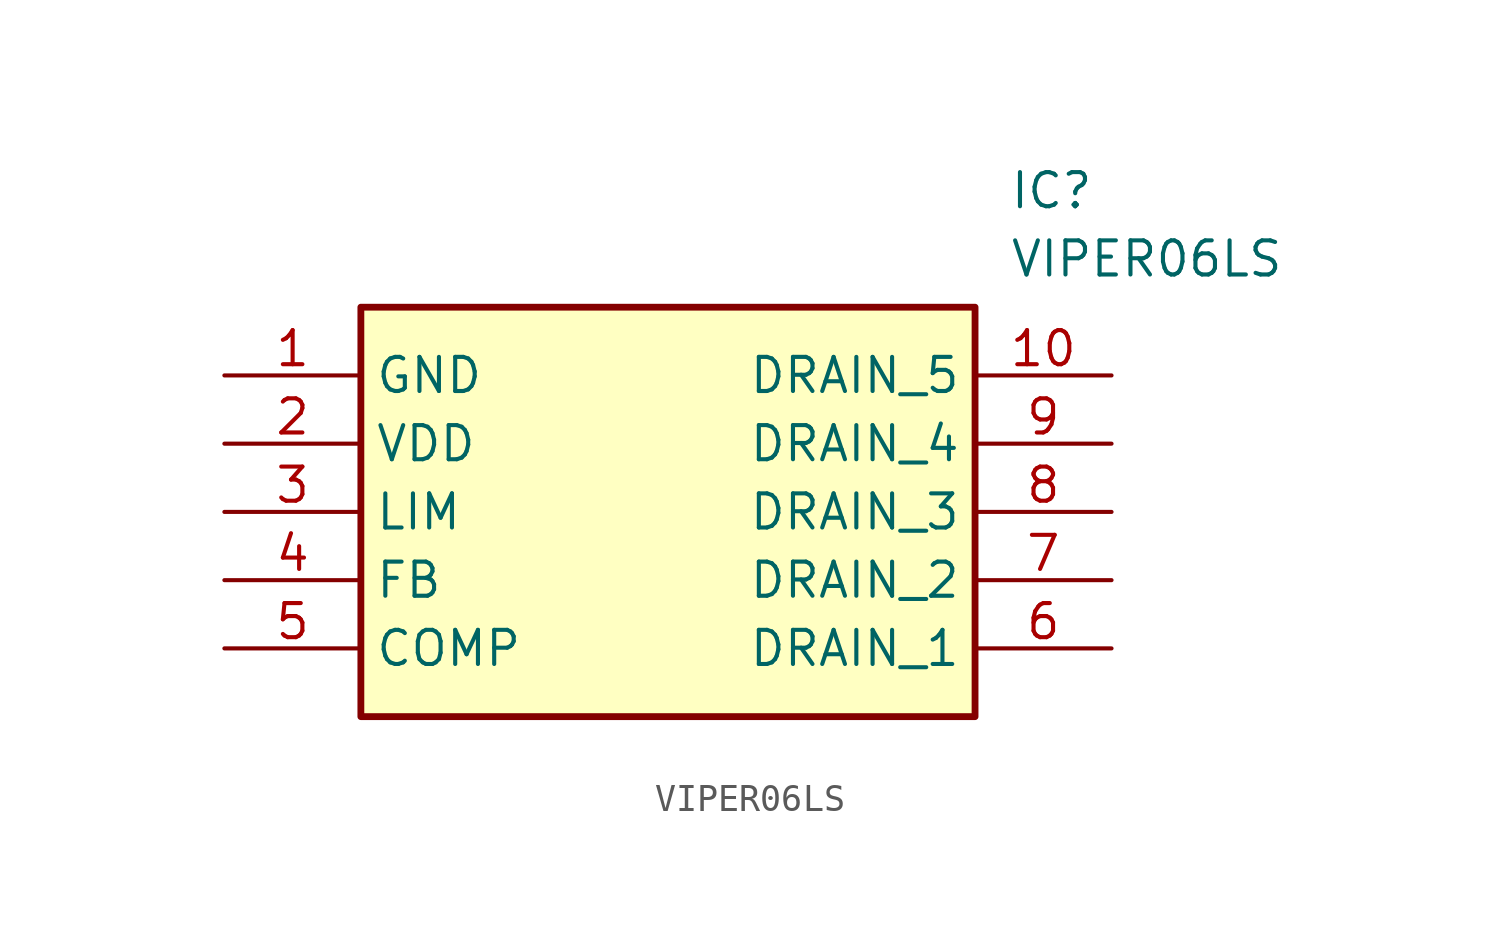
<source format=kicad_sym>
(kicad_symbol_lib
  (version 20211014)
  (generator SamacSys_ECAD_Model)
  (symbol "VIPER06LS"
    (property "Reference" "IC"
      (at 29.21 7.62 0)
      (effects (font (size 1.27 1.27)) (justify left top)))
    (property "Value" "VIPER06LS"
      (at 29.21 5.08 0)
      (effects (font (size 1.27 1.27)) (justify left top)))
    (rectangle
      (start 5.08 2.54)
      (end 27.94 -12.7)
      (stroke (width 0.254) (type default))
      (fill (type background)))
    (pin passive line
      (at 0 0 0)
      (length 5.08)
      (name "GND" (effects (font (size 1.27 1.27))))
      (number "1" (effects (font (size 1.27 1.27)))))
    (pin passive line
      (at 0 -2.54 0)
      (length 5.08)
      (name "VDD" (effects (font (size 1.27 1.27))))
      (number "2" (effects (font (size 1.27 1.27)))))
    (pin passive line
      (at 0 -5.08 0)
      (length 5.08)
      (name "LIM" (effects (font (size 1.27 1.27))))
      (number "3" (effects (font (size 1.27 1.27)))))
    (pin passive line
      (at 0 -7.62 0)
      (length 5.08)
      (name "FB" (effects (font (size 1.27 1.27))))
      (number "4" (effects (font (size 1.27 1.27)))))
    (pin passive line
      (at 0 -10.16 0)
      (length 5.08)
      (name "COMP" (effects (font (size 1.27 1.27))))
      (number "5" (effects (font (size 1.27 1.27)))))
    (pin passive line
      (at 33.02 0 180)
      (length 5.08)
      (name "DRAIN_5" (effects (font (size 1.27 1.27))))
      (number "10" (effects (font (size 1.27 1.27)))))
    (pin passive line
      (at 33.02 -2.54 180)
      (length 5.08)
      (name "DRAIN_4" (effects (font (size 1.27 1.27))))
      (number "9" (effects (font (size 1.27 1.27)))))
    (pin passive line
      (at 33.02 -5.08 180)
      (length 5.08)
      (name "DRAIN_3" (effects (font (size 1.27 1.27))))
      (number "8" (effects (font (size 1.27 1.27)))))
    (pin passive line
      (at 33.02 -7.62 180)
      (length 5.08)
      (name "DRAIN_2" (effects (font (size 1.27 1.27))))
      (number "7" (effects (font (size 1.27 1.27)))))
    (pin passive line
      (at 33.02 -10.16 180)
      (length 5.08)
      (name "DRAIN_1" (effects (font (size 1.27 1.27))))
      (number "6" (effects (font (size 1.27 1.27)))))))
</source>
